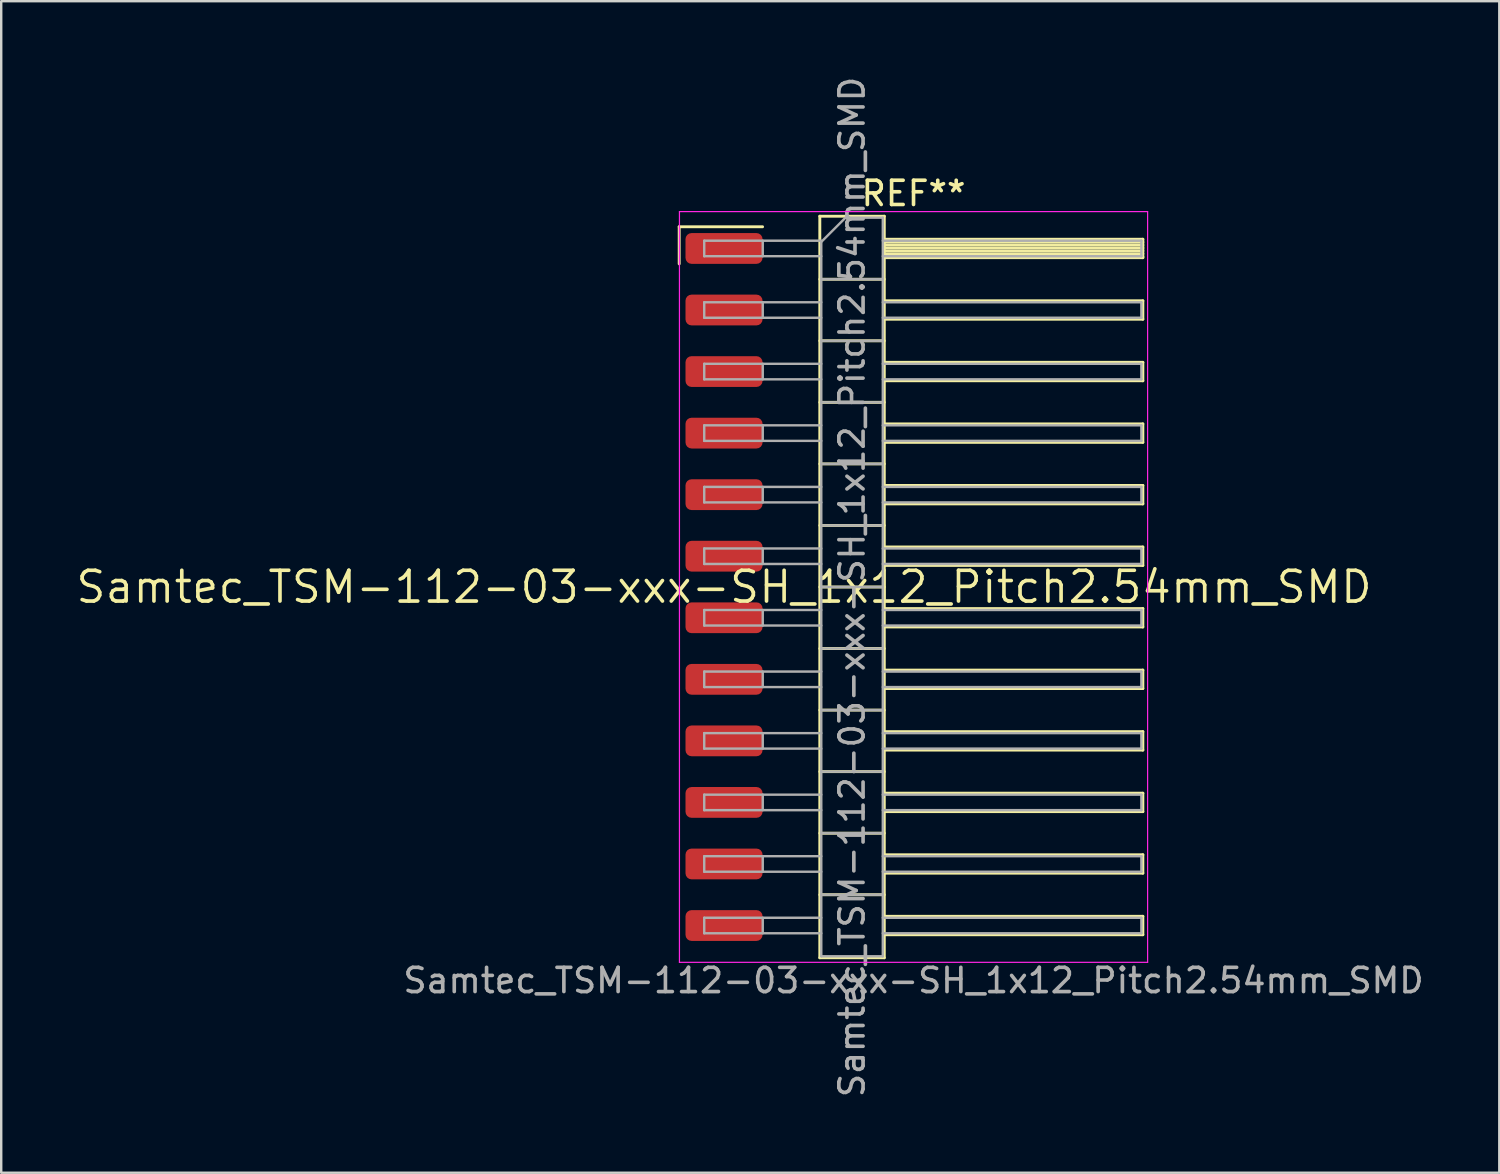
<source format=kicad_pcb>
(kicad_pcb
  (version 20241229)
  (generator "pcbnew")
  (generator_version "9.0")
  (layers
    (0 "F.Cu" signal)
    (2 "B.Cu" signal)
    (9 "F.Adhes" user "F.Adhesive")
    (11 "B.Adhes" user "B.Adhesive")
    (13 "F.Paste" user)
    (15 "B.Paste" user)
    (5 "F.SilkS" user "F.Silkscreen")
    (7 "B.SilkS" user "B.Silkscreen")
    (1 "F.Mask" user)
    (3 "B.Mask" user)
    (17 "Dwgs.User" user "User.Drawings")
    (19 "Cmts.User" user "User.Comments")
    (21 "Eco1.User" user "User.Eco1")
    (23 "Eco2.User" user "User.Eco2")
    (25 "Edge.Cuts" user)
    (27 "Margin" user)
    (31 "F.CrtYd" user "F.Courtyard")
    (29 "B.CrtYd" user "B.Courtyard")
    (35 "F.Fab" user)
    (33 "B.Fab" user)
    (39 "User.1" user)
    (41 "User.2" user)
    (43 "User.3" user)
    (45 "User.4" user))
  (footprint "Samtec_TSM-112-03-xxx-SH_1x12_Pitch2.54mm_SMD"
    (layer "F.Cu")
    (at 26.828 21.173)
    (property "Reference" "Samtec_TSM-112-03-xxx-SH_1x12_Pitch2.54mm_SMD" (at 0 0 0) (layer "F.SilkS") (effects (font (size 1.27 1.27) (thickness 0.15))))
    (attr smd)
    (fp_line (start -1.85 -14.865) (end 1.59 -14.865) (stroke (width 0.12) (type solid)) (layer "F.SilkS"))
    (fp_line (start -1.85 -13.335) (end -1.85 -14.865) (stroke (width 0.12) (type solid)) (layer "F.SilkS"))
    (fp_line (start 3.953 -15.3) (end 6.613 -15.3) (stroke (width 0.12) (type solid)) (layer "F.SilkS"))
    (fp_line (start 3.953 -12.7) (end 6.613 -12.7) (stroke (width 0.12) (type solid)) (layer "F.SilkS"))
    (fp_line (start 3.953 -10.16) (end 6.613 -10.16) (stroke (width 0.12) (type solid)) (layer "F.SilkS"))
    (fp_line (start 3.953 -7.62) (end 6.613 -7.62) (stroke (width 0.12) (type solid)) (layer "F.SilkS"))
    (fp_line (start 3.953 -5.08) (end 6.613 -5.08) (stroke (width 0.12) (type solid)) (layer "F.SilkS"))
    (fp_line (start 3.953 -2.54) (end 6.613 -2.54) (stroke (width 0.12) (type solid)) (layer "F.SilkS"))
    (fp_line (start 3.953 0) (end 6.613 0) (stroke (width 0.12) (type solid)) (layer "F.SilkS"))
    (fp_line (start 3.953 2.54) (end 6.613 2.54) (stroke (width 0.12) (type solid)) (layer "F.SilkS"))
    (fp_line (start 3.953 5.08) (end 6.613 5.08) (stroke (width 0.12) (type solid)) (layer "F.SilkS"))
    (fp_line (start 3.953 7.62) (end 6.613 7.62) (stroke (width 0.12) (type solid)) (layer "F.SilkS"))
    (fp_line (start 3.953 10.16) (end 6.613 10.16) (stroke (width 0.12) (type solid)) (layer "F.SilkS"))
    (fp_line (start 3.953 12.7) (end 6.613 12.7) (stroke (width 0.12) (type solid)) (layer "F.SilkS"))
    (fp_line (start 3.953 15.3) (end 3.953 -15.3) (stroke (width 0.12) (type solid)) (layer "F.SilkS"))
    (fp_line (start 6.613 -15.3) (end 6.613 15.3) (stroke (width 0.12) (type solid)) (layer "F.SilkS"))
    (fp_line (start 6.613 -14.35) (end 17.283 -14.35) (stroke (width 0.12) (type solid)) (layer "F.SilkS"))
    (fp_line (start 6.613 -14.23) (end 17.283 -14.23) (stroke (width 0.12) (type solid)) (layer "F.SilkS"))
    (fp_line (start 6.613 -14.11) (end 17.283 -14.11) (stroke (width 0.12) (type solid)) (layer "F.SilkS"))
    (fp_line (start 6.613 -13.99) (end 17.283 -13.99) (stroke (width 0.12) (type solid)) (layer "F.SilkS"))
    (fp_line (start 6.613 -13.87) (end 17.283 -13.87) (stroke (width 0.12) (type solid)) (layer "F.SilkS"))
    (fp_line (start 6.613 -13.75) (end 17.283 -13.75) (stroke (width 0.12) (type solid)) (layer "F.SilkS"))
    (fp_line (start 6.613 -13.63) (end 17.283 -13.63) (stroke (width 0.12) (type solid)) (layer "F.SilkS"))
    (fp_line (start 6.613 -13.59) (end 17.283 -13.59) (stroke (width 0.12) (type solid)) (layer "F.SilkS"))
    (fp_line (start 6.613 -11.81) (end 17.283 -11.81) (stroke (width 0.12) (type solid)) (layer "F.SilkS"))
    (fp_line (start 6.613 -11.05) (end 17.283 -11.05) (stroke (width 0.12) (type solid)) (layer "F.SilkS"))
    (fp_line (start 6.613 -9.27) (end 17.283 -9.27) (stroke (width 0.12) (type solid)) (layer "F.SilkS"))
    (fp_line (start 6.613 -8.51) (end 17.283 -8.51) (stroke (width 0.12) (type solid)) (layer "F.SilkS"))
    (fp_line (start 6.613 -6.73) (end 17.283 -6.73) (stroke (width 0.12) (type solid)) (layer "F.SilkS"))
    (fp_line (start 6.613 -5.97) (end 17.283 -5.97) (stroke (width 0.12) (type solid)) (layer "F.SilkS"))
    (fp_line (start 6.613 -4.19) (end 17.283 -4.19) (stroke (width 0.12) (type solid)) (layer "F.SilkS"))
    (fp_line (start 6.613 -3.43) (end 17.283 -3.43) (stroke (width 0.12) (type solid)) (layer "F.SilkS"))
    (fp_line (start 6.613 -1.65) (end 17.283 -1.65) (stroke (width 0.12) (type solid)) (layer "F.SilkS"))
    (fp_line (start 6.613 -0.89) (end 17.283 -0.89) (stroke (width 0.12) (type solid)) (layer "F.SilkS"))
    (fp_line (start 6.613 0.89) (end 17.283 0.89) (stroke (width 0.12) (type solid)) (layer "F.SilkS"))
    (fp_line (start 6.613 1.65) (end 17.283 1.65) (stroke (width 0.12) (type solid)) (layer "F.SilkS"))
    (fp_line (start 6.613 3.43) (end 17.283 3.43) (stroke (width 0.12) (type solid)) (layer "F.SilkS"))
    (fp_line (start 6.613 4.19) (end 17.283 4.19) (stroke (width 0.12) (type solid)) (layer "F.SilkS"))
    (fp_line (start 6.613 5.97) (end 17.283 5.97) (stroke (width 0.12) (type solid)) (layer "F.SilkS"))
    (fp_line (start 6.613 6.73) (end 17.283 6.73) (stroke (width 0.12) (type solid)) (layer "F.SilkS"))
    (fp_line (start 6.613 8.51) (end 17.283 8.51) (stroke (width 0.12) (type solid)) (layer "F.SilkS"))
    (fp_line (start 6.613 9.27) (end 17.283 9.27) (stroke (width 0.12) (type solid)) (layer "F.SilkS"))
    (fp_line (start 6.613 11.05) (end 17.283 11.05) (stroke (width 0.12) (type solid)) (layer "F.SilkS"))
    (fp_line (start 6.613 11.81) (end 17.283 11.81) (stroke (width 0.12) (type solid)) (layer "F.SilkS"))
    (fp_line (start 6.613 13.59) (end 17.283 13.59) (stroke (width 0.12) (type solid)) (layer "F.SilkS"))
    (fp_line (start 6.613 14.35) (end 17.283 14.35) (stroke (width 0.12) (type solid)) (layer "F.SilkS"))
    (fp_line (start 6.613 15.3) (end 3.953 15.3) (stroke (width 0.12) (type solid)) (layer "F.SilkS"))
    (fp_line (start 17.283 -14.35) (end 17.283 -13.59) (stroke (width 0.12) (type solid)) (layer "F.SilkS"))
    (fp_line (start 17.283 -11.81) (end 17.283 -11.05) (stroke (width 0.12) (type solid)) (layer "F.SilkS"))
    (fp_line (start 17.283 -9.27) (end 17.283 -8.51) (stroke (width 0.12) (type solid)) (layer "F.SilkS"))
    (fp_line (start 17.283 -6.73) (end 17.283 -5.97) (stroke (width 0.12) (type solid)) (layer "F.SilkS"))
    (fp_line (start 17.283 -4.19) (end 17.283 -3.43) (stroke (width 0.12) (type solid)) (layer "F.SilkS"))
    (fp_line (start 17.283 -1.65) (end 17.283 -0.89) (stroke (width 0.12) (type solid)) (layer "F.SilkS"))
    (fp_line (start 17.283 0.89) (end 17.283 1.65) (stroke (width 0.12) (type solid)) (layer "F.SilkS"))
    (fp_line (start 17.283 3.43) (end 17.283 4.19) (stroke (width 0.12) (type solid)) (layer "F.SilkS"))
    (fp_line (start 17.283 5.97) (end 17.283 6.73) (stroke (width 0.12) (type solid)) (layer "F.SilkS"))
    (fp_line (start 17.283 8.51) (end 17.283 9.27) (stroke (width 0.12) (type solid)) (layer "F.SilkS"))
    (fp_line (start 17.283 11.05) (end 17.283 11.81) (stroke (width 0.12) (type solid)) (layer "F.SilkS"))
    (fp_line (start 17.283 13.59) (end 17.283 14.35) (stroke (width 0.12) (type solid)) (layer "F.SilkS"))
    (fp_line (start -1.84 -15.49) (end 17.48 -15.49) (stroke (width 0.05) (type solid)) (layer "F.CrtYd"))
    (fp_line (start -1.84 15.49) (end -1.84 -15.49) (stroke (width 0.05) (type solid)) (layer "F.CrtYd"))
    (fp_line (start 17.48 -15.49) (end 17.48 15.49) (stroke (width 0.05) (type solid)) (layer "F.CrtYd"))
    (fp_line (start 17.48 15.49) (end -1.84 15.49) (stroke (width 0.05) (type solid)) (layer "F.CrtYd"))
    (fp_line (start -0.817 -14.29) (end -0.817 -13.65) (stroke (width 0.1) (type solid)) (layer "F.Fab"))
    (fp_line (start -0.817 -14.29) (end 4.013 -14.29) (stroke (width 0.1) (type solid)) (layer "F.Fab"))
    (fp_line (start -0.817 -13.65) (end 4.013 -13.65) (stroke (width 0.1) (type solid)) (layer "F.Fab"))
    (fp_line (start -0.817 -11.75) (end -0.817 -11.11) (stroke (width 0.1) (type solid)) (layer "F.Fab"))
    (fp_line (start -0.817 -11.75) (end 4.013 -11.75) (stroke (width 0.1) (type solid)) (layer "F.Fab"))
    (fp_line (start -0.817 -11.11) (end 4.013 -11.11) (stroke (width 0.1) (type solid)) (layer "F.Fab"))
    (fp_line (start -0.817 -9.21) (end -0.817 -8.57) (stroke (width 0.1) (type solid)) (layer "F.Fab"))
    (fp_line (start -0.817 -9.21) (end 4.013 -9.21) (stroke (width 0.1) (type solid)) (layer "F.Fab"))
    (fp_line (start -0.817 -8.57) (end 4.013 -8.57) (stroke (width 0.1) (type solid)) (layer "F.Fab"))
    (fp_line (start -0.817 -6.67) (end -0.817 -6.03) (stroke (width 0.1) (type solid)) (layer "F.Fab"))
    (fp_line (start -0.817 -6.67) (end 4.013 -6.67) (stroke (width 0.1) (type solid)) (layer "F.Fab"))
    (fp_line (start -0.817 -6.03) (end 4.013 -6.03) (stroke (width 0.1) (type solid)) (layer "F.Fab"))
    (fp_line (start -0.817 -4.13) (end -0.817 -3.49) (stroke (width 0.1) (type solid)) (layer "F.Fab"))
    (fp_line (start -0.817 -4.13) (end 4.013 -4.13) (stroke (width 0.1) (type solid)) (layer "F.Fab"))
    (fp_line (start -0.817 -3.49) (end 4.013 -3.49) (stroke (width 0.1) (type solid)) (layer "F.Fab"))
    (fp_line (start -0.817 -1.59) (end -0.817 -0.95) (stroke (width 0.1) (type solid)) (layer "F.Fab"))
    (fp_line (start -0.817 -1.59) (end 4.013 -1.59) (stroke (width 0.1) (type solid)) (layer "F.Fab"))
    (fp_line (start -0.817 -0.95) (end 4.013 -0.95) (stroke (width 0.1) (type solid)) (layer "F.Fab"))
    (fp_line (start -0.817 0.95) (end -0.817 1.59) (stroke (width 0.1) (type solid)) (layer "F.Fab"))
    (fp_line (start -0.817 0.95) (end 4.013 0.95) (stroke (width 0.1) (type solid)) (layer "F.Fab"))
    (fp_line (start -0.817 1.59) (end 4.013 1.59) (stroke (width 0.1) (type solid)) (layer "F.Fab"))
    (fp_line (start -0.817 3.49) (end -0.817 4.13) (stroke (width 0.1) (type solid)) (layer "F.Fab"))
    (fp_line (start -0.817 3.49) (end 4.013 3.49) (stroke (width 0.1) (type solid)) (layer "F.Fab"))
    (fp_line (start -0.817 4.13) (end 4.013 4.13) (stroke (width 0.1) (type solid)) (layer "F.Fab"))
    (fp_line (start -0.817 6.03) (end -0.817 6.67) (stroke (width 0.1) (type solid)) (layer "F.Fab"))
    (fp_line (start -0.817 6.03) (end 4.013 6.03) (stroke (width 0.1) (type solid)) (layer "F.Fab"))
    (fp_line (start -0.817 6.67) (end 4.013 6.67) (stroke (width 0.1) (type solid)) (layer "F.Fab"))
    (fp_line (start -0.817 8.57) (end -0.817 9.21) (stroke (width 0.1) (type solid)) (layer "F.Fab"))
    (fp_line (start -0.817 8.57) (end 4.013 8.57) (stroke (width 0.1) (type solid)) (layer "F.Fab"))
    (fp_line (start -0.817 9.21) (end 4.013 9.21) (stroke (width 0.1) (type solid)) (layer "F.Fab"))
    (fp_line (start -0.817 11.11) (end -0.817 11.75) (stroke (width 0.1) (type solid)) (layer "F.Fab"))
    (fp_line (start -0.817 11.11) (end 4.013 11.11) (stroke (width 0.1) (type solid)) (layer "F.Fab"))
    (fp_line (start -0.817 11.75) (end 4.013 11.75) (stroke (width 0.1) (type solid)) (layer "F.Fab"))
    (fp_line (start -0.817 13.65) (end -0.817 14.29) (stroke (width 0.1) (type solid)) (layer "F.Fab"))
    (fp_line (start -0.817 13.65) (end 4.013 13.65) (stroke (width 0.1) (type solid)) (layer "F.Fab"))
    (fp_line (start -0.817 14.29) (end 4.013 14.29) (stroke (width 0.1) (type solid)) (layer "F.Fab"))
    (fp_line (start 1.598 -14.29) (end 1.598 -13.65) (stroke (width 0.1) (type solid)) (layer "F.Fab"))
    (fp_line (start 1.598 -11.75) (end 1.598 -11.11) (stroke (width 0.1) (type solid)) (layer "F.Fab"))
    (fp_line (start 1.598 -9.21) (end 1.598 -8.57) (stroke (width 0.1) (type solid)) (layer "F.Fab"))
    (fp_line (start 1.598 -6.67) (end 1.598 -6.03) (stroke (width 0.1) (type solid)) (layer "F.Fab"))
    (fp_line (start 1.598 -4.13) (end 1.598 -3.49) (stroke (width 0.1) (type solid)) (layer "F.Fab"))
    (fp_line (start 1.598 -1.59) (end 1.598 -0.95) (stroke (width 0.1) (type solid)) (layer "F.Fab"))
    (fp_line (start 1.598 0.95) (end 1.598 1.59) (stroke (width 0.1) (type solid)) (layer "F.Fab"))
    (fp_line (start 1.598 3.49) (end 1.598 4.13) (stroke (width 0.1) (type solid)) (layer "F.Fab"))
    (fp_line (start 1.598 6.03) (end 1.598 6.67) (stroke (width 0.1) (type solid)) (layer "F.Fab"))
    (fp_line (start 1.598 8.57) (end 1.598 9.21) (stroke (width 0.1) (type solid)) (layer "F.Fab"))
    (fp_line (start 1.598 11.11) (end 1.598 11.75) (stroke (width 0.1) (type solid)) (layer "F.Fab"))
    (fp_line (start 1.598 13.65) (end 1.598 14.29) (stroke (width 0.1) (type solid)) (layer "F.Fab"))
    (fp_line (start 4.013 -14.24) (end 5.013 -15.24) (stroke (width 0.1) (type solid)) (layer "F.Fab"))
    (fp_line (start 4.013 -12.7) (end 6.553 -12.7) (stroke (width 0.1) (type solid)) (layer "F.Fab"))
    (fp_line (start 4.013 -10.16) (end 6.553 -10.16) (stroke (width 0.1) (type solid)) (layer "F.Fab"))
    (fp_line (start 4.013 -7.62) (end 6.553 -7.62) (stroke (width 0.1) (type solid)) (layer "F.Fab"))
    (fp_line (start 4.013 -5.08) (end 6.553 -5.08) (stroke (width 0.1) (type solid)) (layer "F.Fab"))
    (fp_line (start 4.013 -2.54) (end 6.553 -2.54) (stroke (width 0.1) (type solid)) (layer "F.Fab"))
    (fp_line (start 4.013 0) (end 6.553 0) (stroke (width 0.1) (type solid)) (layer "F.Fab"))
    (fp_line (start 4.013 2.54) (end 6.553 2.54) (stroke (width 0.1) (type solid)) (layer "F.Fab"))
    (fp_line (start 4.013 5.08) (end 6.553 5.08) (stroke (width 0.1) (type solid)) (layer "F.Fab"))
    (fp_line (start 4.013 7.62) (end 6.553 7.62) (stroke (width 0.1) (type solid)) (layer "F.Fab"))
    (fp_line (start 4.013 10.16) (end 6.553 10.16) (stroke (width 0.1) (type solid)) (layer "F.Fab"))
    (fp_line (start 4.013 12.7) (end 6.553 12.7) (stroke (width 0.1) (type solid)) (layer "F.Fab"))
    (fp_line (start 4.013 15.24) (end 4.013 -14.24) (stroke (width 0.1) (type solid)) (layer "F.Fab"))
    (fp_line (start 5.013 -15.24) (end 6.553 -15.24) (stroke (width 0.1) (type solid)) (layer "F.Fab"))
    (fp_line (start 6.553 -15.24) (end 6.553 15.24) (stroke (width 0.1) (type solid)) (layer "F.Fab"))
    (fp_line (start 6.553 -14.29) (end 17.223 -14.29) (stroke (width 0.1) (type solid)) (layer "F.Fab"))
    (fp_line (start 6.553 -13.65) (end 17.223 -13.65) (stroke (width 0.1) (type solid)) (layer "F.Fab"))
    (fp_line (start 6.553 -11.75) (end 17.223 -11.75) (stroke (width 0.1) (type solid)) (layer "F.Fab"))
    (fp_line (start 6.553 -11.11) (end 17.223 -11.11) (stroke (width 0.1) (type solid)) (layer "F.Fab"))
    (fp_line (start 6.553 -9.21) (end 17.223 -9.21) (stroke (width 0.1) (type solid)) (layer "F.Fab"))
    (fp_line (start 6.553 -8.57) (end 17.223 -8.57) (stroke (width 0.1) (type solid)) (layer "F.Fab"))
    (fp_line (start 6.553 -6.67) (end 17.223 -6.67) (stroke (width 0.1) (type solid)) (layer "F.Fab"))
    (fp_line (start 6.553 -6.03) (end 17.223 -6.03) (stroke (width 0.1) (type solid)) (layer "F.Fab"))
    (fp_line (start 6.553 -4.13) (end 17.223 -4.13) (stroke (width 0.1) (type solid)) (layer "F.Fab"))
    (fp_line (start 6.553 -3.49) (end 17.223 -3.49) (stroke (width 0.1) (type solid)) (layer "F.Fab"))
    (fp_line (start 6.553 -1.59) (end 17.223 -1.59) (stroke (width 0.1) (type solid)) (layer "F.Fab"))
    (fp_line (start 6.553 -0.95) (end 17.223 -0.95) (stroke (width 0.1) (type solid)) (layer "F.Fab"))
    (fp_line (start 6.553 0.95) (end 17.223 0.95) (stroke (width 0.1) (type solid)) (layer "F.Fab"))
    (fp_line (start 6.553 1.59) (end 17.223 1.59) (stroke (width 0.1) (type solid)) (layer "F.Fab"))
    (fp_line (start 6.553 3.49) (end 17.223 3.49) (stroke (width 0.1) (type solid)) (layer "F.Fab"))
    (fp_line (start 6.553 4.13) (end 17.223 4.13) (stroke (width 0.1) (type solid)) (layer "F.Fab"))
    (fp_line (start 6.553 6.03) (end 17.223 6.03) (stroke (width 0.1) (type solid)) (layer "F.Fab"))
    (fp_line (start 6.553 6.67) (end 17.223 6.67) (stroke (width 0.1) (type solid)) (layer "F.Fab"))
    (fp_line (start 6.553 8.57) (end 17.223 8.57) (stroke (width 0.1) (type solid)) (layer "F.Fab"))
    (fp_line (start 6.553 9.21) (end 17.223 9.21) (stroke (width 0.1) (type solid)) (layer "F.Fab"))
    (fp_line (start 6.553 11.11) (end 17.223 11.11) (stroke (width 0.1) (type solid)) (layer "F.Fab"))
    (fp_line (start 6.553 11.75) (end 17.223 11.75) (stroke (width 0.1) (type solid)) (layer "F.Fab"))
    (fp_line (start 6.553 13.65) (end 17.223 13.65) (stroke (width 0.1) (type solid)) (layer "F.Fab"))
    (fp_line (start 6.553 14.29) (end 17.223 14.29) (stroke (width 0.1) (type solid)) (layer "F.Fab"))
    (fp_line (start 6.553 15.24) (end 4.013 15.24) (stroke (width 0.1) (type solid)) (layer "F.Fab"))
    (fp_line (start 17.223 -14.29) (end 17.223 -13.65) (stroke (width 0.1) (type solid)) (layer "F.Fab"))
    (fp_line (start 17.223 -11.75) (end 17.223 -11.11) (stroke (width 0.1) (type solid)) (layer "F.Fab"))
    (fp_line (start 17.223 -9.21) (end 17.223 -8.57) (stroke (width 0.1) (type solid)) (layer "F.Fab"))
    (fp_line (start 17.223 -6.67) (end 17.223 -6.03) (stroke (width 0.1) (type solid)) (layer "F.Fab"))
    (fp_line (start 17.223 -4.13) (end 17.223 -3.49) (stroke (width 0.1) (type solid)) (layer "F.Fab"))
    (fp_line (start 17.223 -1.59) (end 17.223 -0.95) (stroke (width 0.1) (type solid)) (layer "F.Fab"))
    (fp_line (start 17.223 0.95) (end 17.223 1.59) (stroke (width 0.1) (type solid)) (layer "F.Fab"))
    (fp_line (start 17.223 3.49) (end 17.223 4.13) (stroke (width 0.1) (type solid)) (layer "F.Fab"))
    (fp_line (start 17.223 6.03) (end 17.223 6.67) (stroke (width 0.1) (type solid)) (layer "F.Fab"))
    (fp_line (start 17.223 8.57) (end 17.223 9.21) (stroke (width 0.1) (type solid)) (layer "F.Fab"))
    (fp_line (start 17.223 11.11) (end 17.223 11.75) (stroke (width 0.1) (type solid)) (layer "F.Fab"))
    (fp_line (start 17.223 13.65) (end 17.223 14.29) (stroke (width 0.1) (type solid)) (layer "F.Fab"))
    (fp_text user "REF**" (at 7.82 -16.24 0) (layer "F.SilkS") (effects (font (size 1 1) (thickness 0.15))))
    (fp_text user "Samtec_TSM-112-03-xxx-SH_1x12_Pitch2.54mm_SMD" (at 7.82 16.24 0) (layer "F.Fab") (effects (font (size 1 1) (thickness 0.15))))
    (fp_text user "${REFERENCE}" (at 5.283 0 90) (layer "F.Fab") (effects (font (size 1 1) (thickness 0.15))))
    (pad "1" smd roundrect (at 0 -13.97) (size 3.18 1.27) (layers "F.Cu" "F.Mask" "F.Paste") (roundrect_rratio 0.197))
    (pad "2" smd roundrect (at 0 -11.43) (size 3.18 1.27) (layers "F.Cu" "F.Mask" "F.Paste") (roundrect_rratio 0.197))
    (pad "3" smd roundrect (at 0 -8.89) (size 3.18 1.27) (layers "F.Cu" "F.Mask" "F.Paste") (roundrect_rratio 0.197))
    (pad "4" smd roundrect (at 0 -6.35) (size 3.18 1.27) (layers "F.Cu" "F.Mask" "F.Paste") (roundrect_rratio 0.197))
    (pad "5" smd roundrect (at 0 -3.81) (size 3.18 1.27) (layers "F.Cu" "F.Mask" "F.Paste") (roundrect_rratio 0.197))
    (pad "6" smd roundrect (at 0 -1.27) (size 3.18 1.27) (layers "F.Cu" "F.Mask" "F.Paste") (roundrect_rratio 0.197))
    (pad "7" smd roundrect (at 0 1.27) (size 3.18 1.27) (layers "F.Cu" "F.Mask" "F.Paste") (roundrect_rratio 0.197))
    (pad "8" smd roundrect (at 0 3.81) (size 3.18 1.27) (layers "F.Cu" "F.Mask" "F.Paste") (roundrect_rratio 0.197))
    (pad "9" smd roundrect (at 0 6.35) (size 3.18 1.27) (layers "F.Cu" "F.Mask" "F.Paste") (roundrect_rratio 0.197))
    (pad "10" smd roundrect (at 0 8.89) (size 3.18 1.27) (layers "F.Cu" "F.Mask" "F.Paste") (roundrect_rratio 0.197))
    (pad "11" smd roundrect (at 0 11.43) (size 3.18 1.27) (layers "F.Cu" "F.Mask" "F.Paste") (roundrect_rratio 0.197))
    (pad "12" smd roundrect (at 0 13.97) (size 3.18 1.27) (layers "F.Cu" "F.Mask" "F.Paste") (roundrect_rratio 0.197)))
  (gr_rect
    (start -3 -3)
    (end 58.821 45.345)
    (stroke (width 0.1) (type default))
    (fill no)
    (layer "Edge.Cuts")))
</source>
